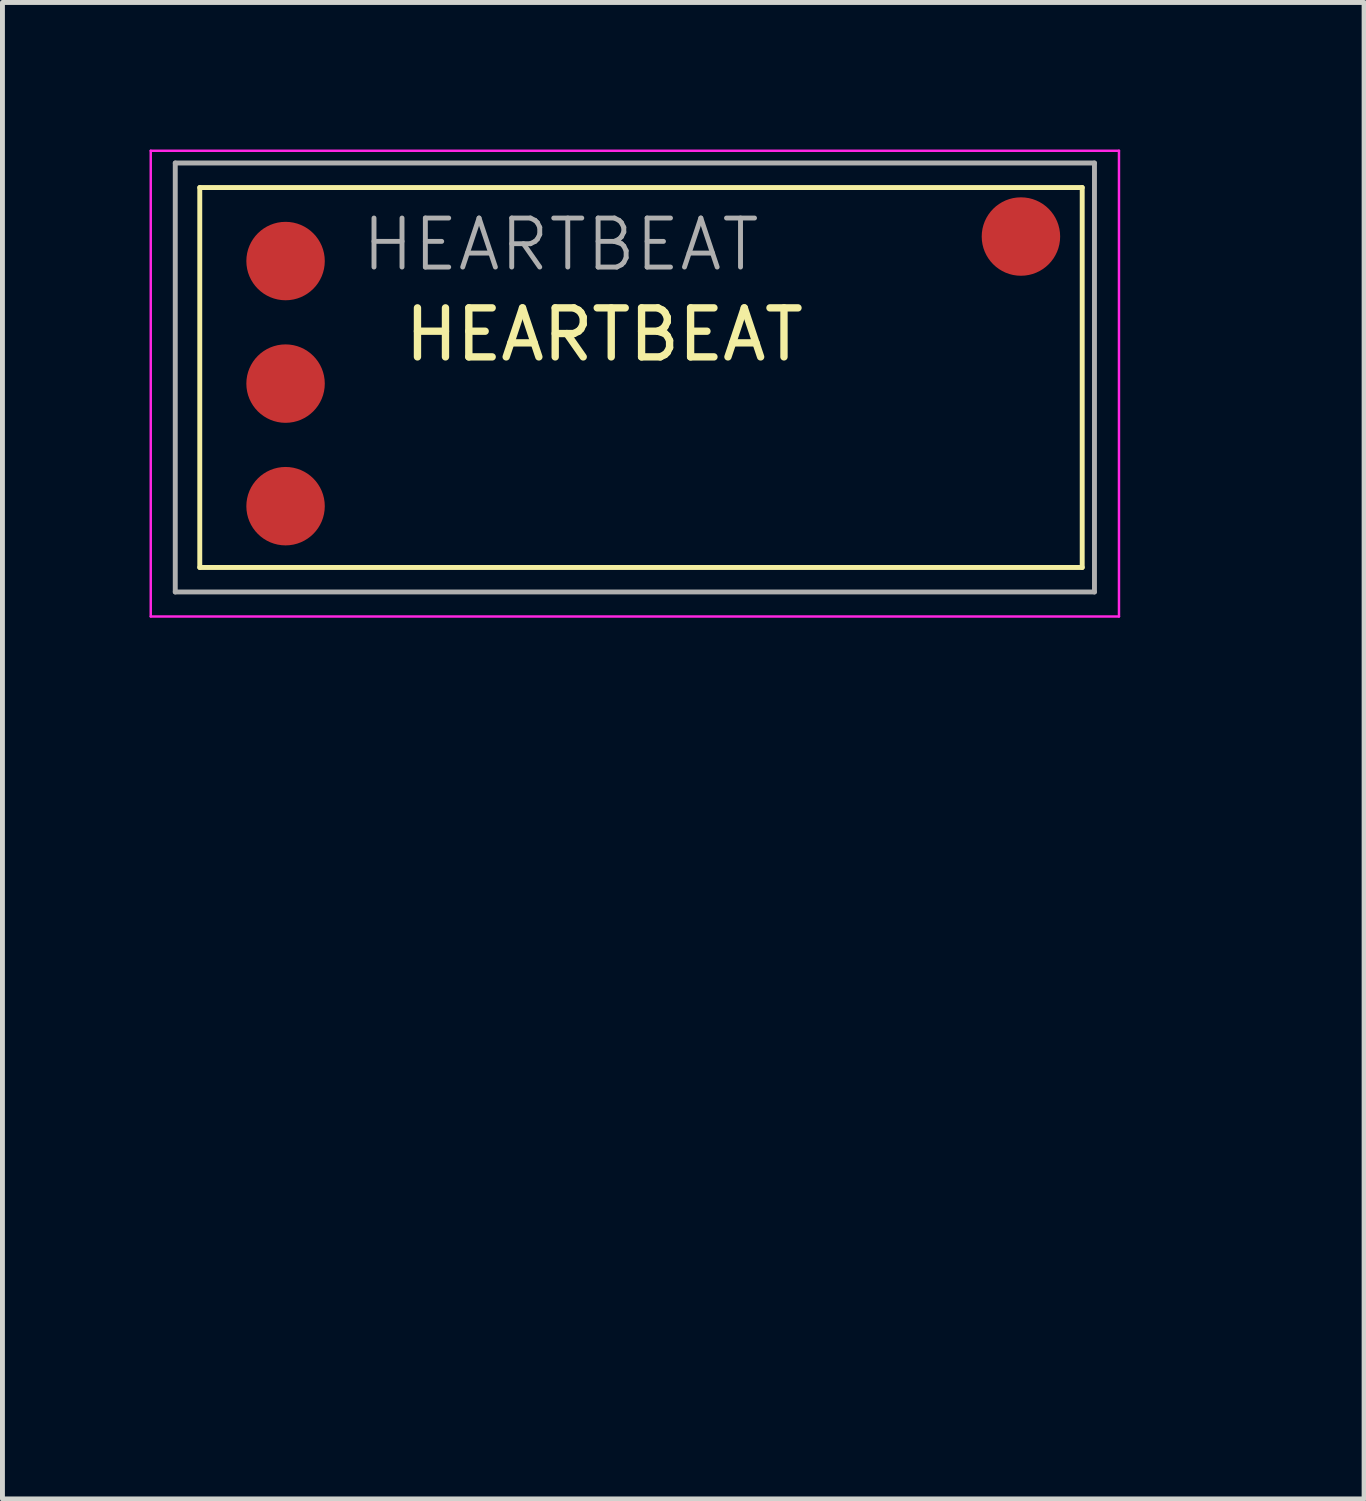
<source format=kicad_pcb>
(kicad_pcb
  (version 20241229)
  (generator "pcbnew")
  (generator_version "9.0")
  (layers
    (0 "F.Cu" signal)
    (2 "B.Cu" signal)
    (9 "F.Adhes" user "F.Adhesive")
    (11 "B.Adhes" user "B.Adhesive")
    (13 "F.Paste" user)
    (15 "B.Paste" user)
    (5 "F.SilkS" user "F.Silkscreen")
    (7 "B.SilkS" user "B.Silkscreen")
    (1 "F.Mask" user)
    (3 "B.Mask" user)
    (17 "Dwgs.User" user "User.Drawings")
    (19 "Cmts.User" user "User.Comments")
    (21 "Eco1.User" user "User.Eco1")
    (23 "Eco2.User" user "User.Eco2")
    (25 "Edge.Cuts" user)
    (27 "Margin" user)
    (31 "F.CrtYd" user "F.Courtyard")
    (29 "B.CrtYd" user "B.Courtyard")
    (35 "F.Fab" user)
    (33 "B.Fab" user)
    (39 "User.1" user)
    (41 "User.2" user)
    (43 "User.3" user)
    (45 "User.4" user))
  (footprint "HEARTBEAT"
    (layer "F.Cu")
    (at 21.525 24.275)
    (property "Reference" "HEARTBEAT" (at -12.25 -20.5 0) (layer "F.SilkS") (effects (font (size 1 1) (thickness 0.15))))
    (attr smd)
    (fp_line (start -20.5 -23.5) (end -2.5 -23.5) (stroke (width 0.1) (type default)) (layer "F.SilkS"))
    (fp_line (start -20.5 -15.75) (end -20.5 -23.5) (stroke (width 0.1) (type default)) (layer "F.SilkS"))
    (fp_line (start -20.5 -15.75) (end -2.5 -15.75) (stroke (width 0.1) (type default)) (layer "F.SilkS"))
    (fp_line (start -2.5 -15.75) (end -2.5 -23.5) (stroke (width 0.1) (type default)) (layer "F.SilkS"))
    (fp_line (start -21.5 -24.25) (end -1.75 -24.25) (stroke (width 0.05) (type default)) (layer "F.CrtYd"))
    (fp_line (start -21.5 -14.75) (end -21.5 -24.25) (stroke (width 0.05) (type default)) (layer "F.CrtYd"))
    (fp_line (start -21.5 -14.75) (end -1.75 -14.75) (stroke (width 0.05) (type default)) (layer "F.CrtYd"))
    (fp_line (start -1.75 -14.75) (end -1.75 -24.25) (stroke (width 0.05) (type default)) (layer "F.CrtYd"))
    (fp_line (start -21 -24) (end -21 -15.25) (stroke (width 0.1) (type default)) (layer "F.Fab"))
    (fp_line (start -21 -15.25) (end -2.25 -15.25) (stroke (width 0.1) (type default)) (layer "F.Fab"))
    (fp_line (start -2.25 -24) (end -21 -24) (stroke (width 0.1) (type default)) (layer "F.Fab"))
    (fp_line (start -2.25 -15.25) (end -2.25 -24) (stroke (width 0.1) (type default)) (layer "F.Fab"))
    (fp_text user "HEARTBEAT" (at -17.25 -21.75 0) (unlocked yes) (layer "F.Fab") (effects (font (size 1 1) (thickness 0.1)) (justify left bottom)))
    (pad "1" smd circle (at -18.75 -22) (size 1.6 1.6) (layers "F.Cu" "F.Mask" "F.Paste"))
    (pad "2" smd circle (at -18.75 -19.5) (size 1.6 1.6) (layers "F.Cu" "F.Mask" "F.Paste"))
    (pad "3" smd circle (at -18.75 -17) (size 1.6 1.6) (layers "F.Cu" "F.Mask" "F.Paste"))
    (pad "4" smd circle (at -3.75 -22.5) (size 1.6 1.6) (layers "F.Cu" "F.Mask" "F.Paste")))
  (gr_rect
    (start -3 -3)
    (end 24.775 27.525)
    (stroke (width 0.1) (type default))
    (fill no)
    (layer "Edge.Cuts")))
</source>
